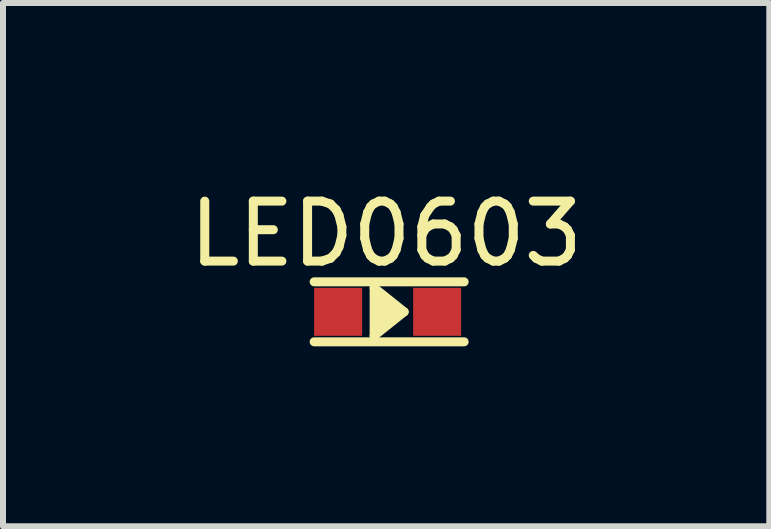
<source format=kicad_pcb>
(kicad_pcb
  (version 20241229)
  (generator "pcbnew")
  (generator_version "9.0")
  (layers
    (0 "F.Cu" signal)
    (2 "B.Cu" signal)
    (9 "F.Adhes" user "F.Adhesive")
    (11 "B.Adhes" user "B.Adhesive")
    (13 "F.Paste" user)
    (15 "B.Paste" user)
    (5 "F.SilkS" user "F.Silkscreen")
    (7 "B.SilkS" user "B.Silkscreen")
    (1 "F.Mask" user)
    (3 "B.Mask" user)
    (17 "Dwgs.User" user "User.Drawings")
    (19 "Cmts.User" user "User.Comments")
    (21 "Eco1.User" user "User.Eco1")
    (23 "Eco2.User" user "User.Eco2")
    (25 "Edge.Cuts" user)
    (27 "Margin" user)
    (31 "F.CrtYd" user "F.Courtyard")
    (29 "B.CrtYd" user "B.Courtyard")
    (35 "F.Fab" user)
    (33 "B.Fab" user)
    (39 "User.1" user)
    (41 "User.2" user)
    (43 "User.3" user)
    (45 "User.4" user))
  (footprint "LED0603"
    (layer "F.Cu")
    (at 2.587 2.148)
    (property "Reference" "LED0603" (at 0.8 -1.3 0) (layer "F.SilkS") (effects (font (size 1 1) (thickness 0.15))))
    (attr through_hole)
    (fp_line (start -0.4 -0.5) (end 2.1 -0.5) (stroke (width 0.15) (type solid)) (layer "F.SilkS"))
    (fp_line (start -0.4 0.5) (end 2.1 0.5) (stroke (width 0.15) (type solid)) (layer "F.SilkS"))
    (fp_line (start 0.6 -0.4) (end 1.1 0) (stroke (width 0.15) (type solid)) (layer "F.SilkS"))
    (fp_line (start 0.6 0.4) (end 0.6 -0.4) (stroke (width 0.15) (type solid)) (layer "F.SilkS"))
    (fp_line (start 0.8 -0.2) (end 0.7 -0.2) (stroke (width 0.15) (type solid)) (layer "F.SilkS"))
    (fp_line (start 0.8 0.2) (end 0.7 0.2) (stroke (width 0.15) (type solid)) (layer "F.SilkS"))
    (fp_line (start 0.9 -0.1) (end 0.7 -0.1) (stroke (width 0.15) (type solid)) (layer "F.SilkS"))
    (fp_line (start 0.9 0.1) (end 0.7 0.1) (stroke (width 0.15) (type solid)) (layer "F.SilkS"))
    (fp_line (start 1 0) (end 0.7 0) (stroke (width 0.15) (type solid)) (layer "F.SilkS"))
    (fp_line (start 1.1 0) (end 0.6 0.4) (stroke (width 0.15) (type solid)) (layer "F.SilkS"))
    (pad "1" smd rect (at 1.65 0) (size 0.8 0.8) (layers "F.Cu" "F.Mask" "F.Paste"))
    (pad "2" smd rect (at 0 0) (size 0.8 0.8) (layers "F.Cu" "F.Mask" "F.Paste")))
  (gr_rect
    (start -3 -3)
    (end 9.774 5.723)
    (stroke (width 0.1) (type default))
    (fill no)
    (layer "Edge.Cuts")))
</source>
